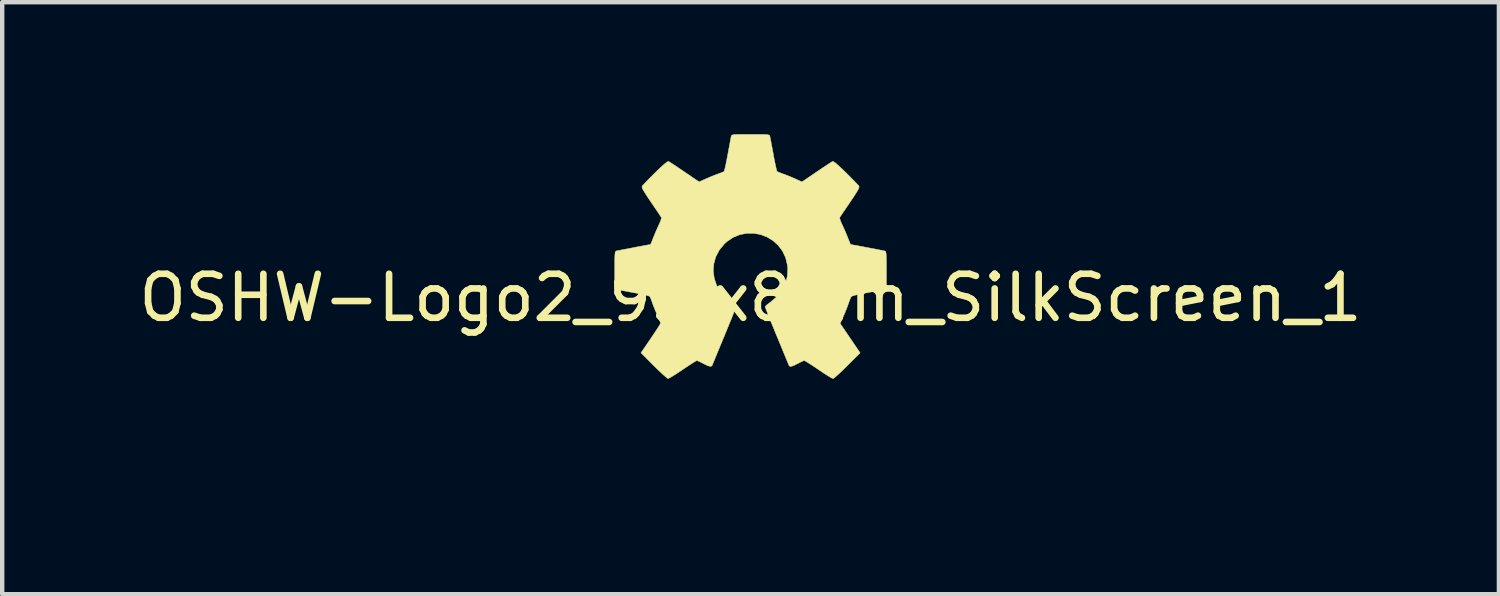
<source format=kicad_pcb>
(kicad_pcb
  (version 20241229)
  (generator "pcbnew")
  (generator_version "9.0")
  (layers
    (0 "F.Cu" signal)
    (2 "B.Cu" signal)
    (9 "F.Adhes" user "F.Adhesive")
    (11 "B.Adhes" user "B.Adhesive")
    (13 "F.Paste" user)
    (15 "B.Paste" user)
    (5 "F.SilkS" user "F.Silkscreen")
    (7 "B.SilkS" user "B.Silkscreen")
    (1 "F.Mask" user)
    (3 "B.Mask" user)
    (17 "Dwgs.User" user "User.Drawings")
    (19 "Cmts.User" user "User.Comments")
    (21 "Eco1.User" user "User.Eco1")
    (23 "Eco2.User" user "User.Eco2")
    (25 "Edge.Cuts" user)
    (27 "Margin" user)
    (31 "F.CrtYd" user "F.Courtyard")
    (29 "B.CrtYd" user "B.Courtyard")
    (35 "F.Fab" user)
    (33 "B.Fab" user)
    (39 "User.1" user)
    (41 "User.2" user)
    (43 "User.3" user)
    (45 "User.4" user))
  (footprint "OSHW-Logo2_9.8x8mm_SilkScreen_1"
    (layer "F.Cu")
    (at 14.006 3.717)
    (property "Reference" "OSHW-Logo2_9.8x8mm_SilkScreen_1" (at 0 0 0) (layer "F.SilkS") (effects (font (size 1 1) (thickness 0.15))))
    (attr exclude_from_pos_files exclude_from_bom)
    (fp_poly (pts (xy 3.571 2.637) (xy 3.594 2.647) (xy 3.65 2.691) (xy 3.698 2.755) (xy 3.727 2.823) (xy 3.732 2.857) (xy 3.716 2.904) (xy 3.68 2.928) (xy 3.643 2.943) (xy 3.625 2.946) (xy 3.617 2.926) (xy 3.6 2.882) (xy 3.593 2.863) (xy 3.552 2.794) (xy 3.493 2.76) (xy 3.417 2.761) (xy 3.411 2.763) (xy 3.37 2.782) (xy 3.34 2.819) (xy 3.32 2.88) (xy 3.308 2.968) (xy 3.303 3.088) (xy 3.302 3.152) (xy 3.302 3.252) (xy 3.3 3.321) (xy 3.296 3.365) (xy 3.287 3.39) (xy 3.274 3.405) (xy 3.253 3.416) (xy 3.252 3.416) (xy 3.213 3.433) (xy 3.194 3.439) (xy 3.191 3.42) (xy 3.188 3.369) (xy 3.186 3.292) (xy 3.185 3.196) (xy 3.185 3.125) (xy 3.186 2.989) (xy 3.19 2.885) (xy 3.2 2.808) (xy 3.216 2.752) (xy 3.24 2.711) (xy 3.274 2.679) (xy 3.308 2.656) (xy 3.388 2.626) (xy 3.482 2.62) (xy 3.571 2.637)) (stroke (width 0.01) (type solid)) (fill yes) (layer "F.Mask"))
    (fp_poly (pts (xy -1.728 2.595) (xy -1.666 2.631) (xy -1.622 2.667) (xy -1.59 2.705) (xy -1.568 2.751) (xy -1.554 2.812) (xy -1.547 2.895) (xy -1.544 3.007) (xy -1.544 3.087) (xy -1.544 3.382) (xy -1.71 3.457) (xy -1.719 3.133) (xy -1.723 3.013) (xy -1.728 2.925) (xy -1.733 2.865) (xy -1.74 2.825) (xy -1.75 2.801) (xy -1.763 2.786) (xy -1.767 2.783) (xy -1.831 2.757) (xy -1.896 2.767) (xy -1.934 2.794) (xy -1.95 2.813) (xy -1.961 2.838) (xy -1.968 2.876) (xy -1.972 2.934) (xy -1.973 3.018) (xy -1.973 3.106) (xy -1.973 3.216) (xy -1.975 3.294) (xy -1.982 3.347) (xy -1.995 3.381) (xy -2.018 3.404) (xy -2.053 3.421) (xy -2.1 3.439) (xy -2.152 3.458) (xy -2.146 3.111) (xy -2.143 2.986) (xy -2.14 2.894) (xy -2.136 2.828) (xy -2.13 2.781) (xy -2.121 2.748) (xy -2.108 2.722) (xy -2.092 2.699) (xy -2.018 2.625) (xy -1.926 2.582) (xy -1.827 2.571) (xy -1.728 2.595)) (stroke (width 0.01) (type solid)) (fill yes) (layer "F.Mask"))
    (fp_poly (pts (xy 0.713 2.625) (xy 0.802 2.657) (xy 0.874 2.715) (xy 0.902 2.756) (xy 0.933 2.831) (xy 0.932 2.885) (xy 0.9 2.921) (xy 0.888 2.928) (xy 0.837 2.947) (xy 0.81 2.942) (xy 0.802 2.91) (xy 0.801 2.892) (xy 0.785 2.826) (xy 0.742 2.78) (xy 0.683 2.758) (xy 0.617 2.763) (xy 0.564 2.792) (xy 0.546 2.809) (xy 0.533 2.829) (xy 0.524 2.859) (xy 0.519 2.907) (xy 0.515 2.978) (xy 0.512 3.08) (xy 0.511 3.112) (xy 0.509 3.222) (xy 0.506 3.3) (xy 0.501 3.351) (xy 0.494 3.383) (xy 0.483 3.401) (xy 0.467 3.412) (xy 0.457 3.417) (xy 0.413 3.433) (xy 0.388 3.439) (xy 0.379 3.421) (xy 0.374 3.365) (xy 0.372 3.272) (xy 0.374 3.141) (xy 0.374 3.121) (xy 0.377 3.002) (xy 0.381 2.914) (xy 0.386 2.853) (xy 0.393 2.809) (xy 0.404 2.778) (xy 0.419 2.751) (xy 0.427 2.74) (xy 0.472 2.69) (xy 0.522 2.651) (xy 0.528 2.647) (xy 0.618 2.62) (xy 0.713 2.625)) (stroke (width 0.01) (type solid)) (fill yes) (layer "F.Mask"))
    (fp_poly (pts (xy -0.84 2.492) (xy -0.834 2.572) (xy -0.828 2.619) (xy -0.819 2.64) (xy -0.805 2.64) (xy -0.801 2.637) (xy -0.744 2.62) (xy -0.669 2.621) (xy -0.593 2.639) (xy -0.545 2.663) (xy -0.496 2.7) (xy -0.461 2.743) (xy -0.436 2.797) (xy -0.421 2.869) (xy -0.413 2.966) (xy -0.41 3.095) (xy -0.41 3.119) (xy -0.41 3.396) (xy -0.472 3.417) (xy -0.516 3.432) (xy -0.54 3.439) (xy -0.54 3.439) (xy -0.543 3.42) (xy -0.545 3.37) (xy -0.546 3.293) (xy -0.547 3.197) (xy -0.547 3.139) (xy -0.547 3.025) (xy -0.549 2.943) (xy -0.552 2.886) (xy -0.558 2.849) (xy -0.568 2.825) (xy -0.583 2.806) (xy -0.592 2.797) (xy -0.655 2.761) (xy -0.724 2.759) (xy -0.786 2.789) (xy -0.798 2.8) (xy -0.815 2.821) (xy -0.826 2.845) (xy -0.834 2.881) (xy -0.838 2.934) (xy -0.84 3.012) (xy -0.84 3.121) (xy -0.84 3.396) (xy -0.902 3.417) (xy -0.945 3.432) (xy -0.969 3.439) (xy -0.97 3.439) (xy -0.972 3.42) (xy -0.974 3.367) (xy -0.975 3.286) (xy -0.976 3.18) (xy -0.977 3.055) (xy -0.977 2.916) (xy -0.977 2.382) (xy -0.85 2.328) (xy -0.84 2.492)) (stroke (width 0.01) (type solid)) (fill yes) (layer "F.Mask"))
    (fp_poly (pts (xy 2.396 2.637) (xy 2.399 2.688) (xy 2.401 2.766) (xy 2.403 2.865) (xy 2.403 2.968) (xy 2.403 3.319) (xy 2.341 3.38) (xy 2.299 3.418) (xy 2.261 3.434) (xy 2.21 3.433) (xy 2.19 3.43) (xy 2.127 3.423) (xy 2.074 3.419) (xy 2.061 3.419) (xy 2.018 3.421) (xy 1.957 3.427) (xy 1.933 3.43) (xy 1.874 3.435) (xy 1.834 3.425) (xy 1.795 3.394) (xy 1.781 3.38) (xy 1.719 3.319) (xy 1.719 2.664) (xy 1.769 2.641) (xy 1.812 2.624) (xy 1.837 2.618) (xy 1.844 2.637) (xy 1.85 2.689) (xy 1.855 2.768) (xy 1.859 2.87) (xy 1.861 2.955) (xy 1.866 3.292) (xy 1.913 3.299) (xy 1.955 3.294) (xy 1.976 3.279) (xy 1.982 3.251) (xy 1.987 3.192) (xy 1.99 3.108) (xy 1.992 3.009) (xy 1.993 2.957) (xy 1.993 2.661) (xy 2.054 2.64) (xy 2.098 2.625) (xy 2.122 2.618) (xy 2.122 2.618) (xy 2.125 2.637) (xy 2.127 2.688) (xy 2.13 2.766) (xy 2.132 2.864) (xy 2.134 2.955) (xy 2.139 3.292) (xy 2.257 3.292) (xy 2.262 2.985) (xy 2.267 2.677) (xy 2.325 2.648) (xy 2.367 2.627) (xy 2.392 2.618) (xy 2.392 2.618) (xy 2.396 2.637)) (stroke (width 0.01) (type solid)) (fill yes) (layer "F.Mask"))
    (fp_poly (pts (xy -3.983 2.587) (xy -3.892 2.635) (xy -3.824 2.713) (xy -3.8 2.763) (xy -3.781 2.838) (xy -3.772 2.932) (xy -3.771 3.035) (xy -3.778 3.136) (xy -3.793 3.223) (xy -3.815 3.286) (xy -3.822 3.297) (xy -3.903 3.377) (xy -4 3.425) (xy -4.104 3.439) (xy -4.21 3.418) (xy -4.239 3.405) (xy -4.297 3.364) (xy -4.347 3.311) (xy -4.352 3.304) (xy -4.371 3.271) (xy -4.384 3.236) (xy -4.391 3.19) (xy -4.395 3.125) (xy -4.396 3.03) (xy -4.396 3.009) (xy -4.396 3.002) (xy -4.201 3.002) (xy -4.2 3.091) (xy -4.195 3.151) (xy -4.186 3.189) (xy -4.17 3.215) (xy -4.162 3.224) (xy -4.115 3.257) (xy -4.07 3.256) (xy -4.024 3.227) (xy -3.996 3.196) (xy -3.98 3.151) (xy -3.971 3.079) (xy -3.97 3.071) (xy -3.969 2.942) (xy -3.985 2.846) (xy -4.019 2.784) (xy -4.07 2.756) (xy -4.088 2.755) (xy -4.136 2.763) (xy -4.169 2.789) (xy -4.189 2.839) (xy -4.199 2.919) (xy -4.201 3.002) (xy -4.396 3.002) (xy -4.395 2.908) (xy -4.392 2.838) (xy -4.386 2.789) (xy -4.374 2.753) (xy -4.356 2.722) (xy -4.352 2.716) (xy -4.286 2.636) (xy -4.213 2.59) (xy -4.125 2.572) (xy -4.095 2.571) (xy -3.983 2.587)) (stroke (width 0.01) (type solid)) (fill yes) (layer "F.Mask"))
    (fp_poly (pts (xy 4.245 2.648) (xy 4.323 2.698) (xy 4.36 2.744) (xy 4.389 2.826) (xy 4.392 2.891) (xy 4.386 2.977) (xy 4.186 3.065) (xy 4.089 3.11) (xy 4.025 3.146) (xy 3.992 3.177) (xy 3.986 3.207) (xy 4.005 3.241) (xy 4.025 3.263) (xy 4.084 3.298) (xy 4.148 3.301) (xy 4.207 3.273) (xy 4.25 3.218) (xy 4.258 3.199) (xy 4.295 3.138) (xy 4.338 3.113) (xy 4.396 3.09) (xy 4.396 3.174) (xy 4.391 3.231) (xy 4.371 3.279) (xy 4.328 3.334) (xy 4.322 3.342) (xy 4.275 3.391) (xy 4.234 3.417) (xy 4.183 3.429) (xy 4.141 3.433) (xy 4.066 3.434) (xy 4.012 3.421) (xy 3.979 3.403) (xy 3.926 3.362) (xy 3.89 3.318) (xy 3.867 3.262) (xy 3.854 3.187) (xy 3.85 3.084) (xy 3.849 3.032) (xy 3.851 2.97) (xy 3.968 2.97) (xy 3.97 3.003) (xy 3.973 3.009) (xy 3.996 3.001) (xy 4.044 2.982) (xy 4.109 2.954) (xy 4.122 2.948) (xy 4.204 2.906) (xy 4.249 2.87) (xy 4.259 2.835) (xy 4.236 2.801) (xy 4.216 2.785) (xy 4.145 2.755) (xy 4.079 2.76) (xy 4.024 2.797) (xy 3.986 2.863) (xy 3.973 2.916) (xy 3.968 2.97) (xy 3.851 2.97) (xy 3.852 2.911) (xy 3.861 2.821) (xy 3.879 2.755) (xy 3.909 2.707) (xy 3.953 2.669) (xy 3.972 2.656) (xy 4.059 2.624) (xy 4.154 2.622) (xy 4.245 2.648)) (stroke (width 0.01) (type solid)) (fill yes) (layer "F.Mask"))
    (fp_poly (pts (xy 1.602 2.78) (xy 1.602 2.926) (xy 1.601 3.039) (xy 1.599 3.123) (xy 1.595 3.184) (xy 1.59 3.227) (xy 1.582 3.259) (xy 1.571 3.283) (xy 1.563 3.297) (xy 1.497 3.373) (xy 1.412 3.421) (xy 1.319 3.438) (xy 1.226 3.423) (xy 1.17 3.394) (xy 1.112 3.346) (xy 1.072 3.286) (xy 1.048 3.209) (xy 1.037 3.105) (xy 1.036 3.028) (xy 1.036 3.023) (xy 1.172 3.023) (xy 1.173 3.11) (xy 1.177 3.168) (xy 1.186 3.206) (xy 1.201 3.233) (xy 1.22 3.254) (xy 1.283 3.294) (xy 1.351 3.297) (xy 1.415 3.264) (xy 1.42 3.26) (xy 1.441 3.236) (xy 1.455 3.208) (xy 1.462 3.167) (xy 1.465 3.102) (xy 1.465 3.031) (xy 1.464 2.942) (xy 1.46 2.882) (xy 1.451 2.843) (xy 1.436 2.815) (xy 1.423 2.8) (xy 1.364 2.763) (xy 1.295 2.758) (xy 1.23 2.787) (xy 1.218 2.797) (xy 1.196 2.821) (xy 1.183 2.849) (xy 1.176 2.891) (xy 1.173 2.956) (xy 1.172 3.023) (xy 1.036 3.023) (xy 1.04 2.906) (xy 1.056 2.814) (xy 1.087 2.744) (xy 1.134 2.69) (xy 1.17 2.663) (xy 1.237 2.633) (xy 1.314 2.619) (xy 1.386 2.622) (xy 1.426 2.637) (xy 1.442 2.642) (xy 1.453 2.626) (xy 1.46 2.583) (xy 1.465 2.518) (xy 1.471 2.446) (xy 1.48 2.402) (xy 1.495 2.377) (xy 1.522 2.361) (xy 1.539 2.354) (xy 1.602 2.327) (xy 1.602 2.78)) (stroke (width 0.01) (type solid)) (fill yes) (layer "F.Mask"))
    (fp_poly (pts (xy -2.466 2.6) (xy -2.389 2.652) (xy -2.329 2.726) (xy -2.294 2.822) (xy -2.286 2.892) (xy -2.287 2.921) (xy -2.294 2.943) (xy -2.313 2.963) (xy -2.35 2.986) (xy -2.41 3.015) (xy -2.5 3.055) (xy -2.501 3.055) (xy -2.584 3.093) (xy -2.652 3.127) (xy -2.698 3.153) (xy -2.716 3.167) (xy -2.716 3.167) (xy -2.701 3.199) (xy -2.665 3.233) (xy -2.624 3.258) (xy -2.603 3.263) (xy -2.546 3.246) (xy -2.497 3.203) (xy -2.474 3.156) (xy -2.451 3.122) (xy -2.406 3.082) (xy -2.353 3.048) (xy -2.306 3.029) (xy -2.297 3.028) (xy -2.286 3.045) (xy -2.285 3.088) (xy -2.293 3.146) (xy -2.308 3.207) (xy -2.329 3.261) (xy -2.33 3.264) (xy -2.392 3.351) (xy -2.473 3.41) (xy -2.565 3.439) (xy -2.66 3.436) (xy -2.752 3.397) (xy -2.756 3.395) (xy -2.828 3.33) (xy -2.875 3.245) (xy -2.901 3.133) (xy -2.905 3.102) (xy -2.911 2.954) (xy -2.903 2.884) (xy -2.716 2.884) (xy -2.713 2.928) (xy -2.7 2.94) (xy -2.667 2.931) (xy -2.615 2.908) (xy -2.556 2.881) (xy -2.555 2.88) (xy -2.505 2.854) (xy -2.485 2.836) (xy -2.49 2.818) (xy -2.511 2.794) (xy -2.563 2.759) (xy -2.62 2.757) (xy -2.671 2.782) (xy -2.706 2.831) (xy -2.716 2.884) (xy -2.903 2.884) (xy -2.898 2.835) (xy -2.865 2.741) (xy -2.82 2.675) (xy -2.737 2.609) (xy -2.646 2.576) (xy -2.554 2.574) (xy -2.466 2.6)) (stroke (width 0.01) (type solid)) (fill yes) (layer "F.Mask"))
    (fp_poly (pts (xy 0.054 2.626) (xy 0.13 2.655) (xy 0.131 2.655) (xy 0.178 2.69) (xy 0.213 2.731) (xy 0.238 2.784) (xy 0.254 2.856) (xy 0.264 2.953) (xy 0.27 3.082) (xy 0.27 3.1) (xy 0.277 3.377) (xy 0.218 3.408) (xy 0.175 3.429) (xy 0.149 3.439) (xy 0.148 3.439) (xy 0.143 3.421) (xy 0.139 3.372) (xy 0.137 3.3) (xy 0.137 3.242) (xy 0.137 3.148) (xy 0.132 3.089) (xy 0.118 3.061) (xy 0.085 3.06) (xy 0.03 3.081) (xy -0.054 3.12) (xy -0.115 3.153) (xy -0.147 3.181) (xy -0.156 3.212) (xy -0.156 3.213) (xy -0.141 3.266) (xy -0.095 3.295) (xy -0.026 3.299) (xy 0.024 3.298) (xy 0.051 3.313) (xy 0.067 3.347) (xy 0.077 3.391) (xy 0.063 3.416) (xy 0.058 3.42) (xy 0.009 3.434) (xy -0.058 3.437) (xy -0.128 3.427) (xy -0.178 3.41) (xy -0.246 3.351) (xy -0.285 3.27) (xy -0.293 3.207) (xy -0.287 3.15) (xy -0.266 3.104) (xy -0.224 3.062) (xy -0.155 3.021) (xy -0.055 2.974) (xy -0.049 2.971) (xy 0.041 2.93) (xy 0.097 2.895) (xy 0.121 2.865) (xy 0.116 2.833) (xy 0.084 2.797) (xy 0.075 2.789) (xy 0.012 2.757) (xy -0.054 2.758) (xy -0.111 2.79) (xy -0.149 2.848) (xy -0.152 2.859) (xy -0.187 2.915) (xy -0.23 2.942) (xy -0.293 2.968) (xy -0.293 2.9) (xy -0.274 2.8) (xy -0.217 2.709) (xy -0.188 2.678) (xy -0.12 2.639) (xy -0.035 2.622) (xy 0.054 2.626)) (stroke (width 0.01) (type solid)) (fill yes) (layer "F.Mask"))
    (fp_poly (pts (xy -3.231 2.585) (xy -3.156 2.622) (xy -3.091 2.69) (xy -3.072 2.716) (xy -3.053 2.749) (xy -3.04 2.785) (xy -3.032 2.833) (xy -3.029 2.903) (xy -3.028 2.994) (xy -3.032 3.12) (xy -3.043 3.214) (xy -3.065 3.285) (xy -3.1 3.338) (xy -3.149 3.383) (xy -3.153 3.385) (xy -3.202 3.412) (xy -3.261 3.426) (xy -3.336 3.429) (xy -3.458 3.429) (xy -3.458 3.547) (xy -3.459 3.613) (xy -3.466 3.652) (xy -3.484 3.675) (xy -3.519 3.695) (xy -3.527 3.699) (xy -3.566 3.718) (xy -3.596 3.729) (xy -3.619 3.73) (xy -3.635 3.717) (xy -3.645 3.685) (xy -3.65 3.63) (xy -3.652 3.549) (xy -3.652 3.437) (xy -3.65 3.292) (xy -3.65 3.248) (xy -3.648 3.098) (xy -3.646 3) (xy -3.458 3) (xy -3.457 3.083) (xy -3.453 3.138) (xy -3.442 3.174) (xy -3.423 3.201) (xy -3.41 3.215) (xy -3.358 3.254) (xy -3.312 3.258) (xy -3.264 3.225) (xy -3.263 3.224) (xy -3.244 3.199) (xy -3.232 3.164) (xy -3.226 3.112) (xy -3.224 3.031) (xy -3.224 3.013) (xy -3.228 2.902) (xy -3.243 2.825) (xy -3.269 2.778) (xy -3.309 2.757) (xy -3.332 2.755) (xy -3.387 2.765) (xy -3.425 2.798) (xy -3.447 2.858) (xy -3.457 2.95) (xy -3.458 3) (xy -3.646 3) (xy -3.646 2.982) (xy -3.643 2.895) (xy -3.639 2.831) (xy -3.634 2.786) (xy -3.627 2.754) (xy -3.617 2.73) (xy -3.604 2.709) (xy -3.598 2.701) (xy -3.525 2.627) (xy -3.432 2.584) (xy -3.325 2.573) (xy -3.231 2.585)) (stroke (width 0.01) (type solid)) (fill yes) (layer "F.Mask"))
    (fp_poly (pts (xy 2.887 2.634) (xy 2.944 2.659) (xy 2.988 2.69) (xy 3.02 2.725) (xy 3.042 2.77) (xy 3.057 2.831) (xy 3.064 2.915) (xy 3.067 3.028) (xy 3.068 3.103) (xy 3.068 3.393) (xy 3.018 3.416) (xy 2.979 3.433) (xy 2.959 3.439) (xy 2.955 3.421) (xy 2.952 3.372) (xy 2.951 3.3) (xy 2.95 3.243) (xy 2.949 3.161) (xy 2.944 3.096) (xy 2.938 3.056) (xy 2.933 3.048) (xy 2.898 3.057) (xy 2.844 3.079) (xy 2.781 3.109) (xy 2.72 3.141) (xy 2.674 3.17) (xy 2.652 3.19) (xy 2.652 3.19) (xy 2.654 3.227) (xy 2.671 3.262) (xy 2.7 3.291) (xy 2.743 3.3) (xy 2.78 3.299) (xy 2.832 3.298) (xy 2.859 3.31) (xy 2.876 3.343) (xy 2.878 3.349) (xy 2.885 3.395) (xy 2.866 3.423) (xy 2.816 3.436) (xy 2.763 3.438) (xy 2.666 3.42) (xy 2.616 3.394) (xy 2.554 3.333) (xy 2.522 3.258) (xy 2.519 3.178) (xy 2.546 3.104) (xy 2.588 3.058) (xy 2.63 3.032) (xy 2.695 2.999) (xy 2.771 2.966) (xy 2.784 2.96) (xy 2.867 2.924) (xy 2.916 2.891) (xy 2.931 2.859) (xy 2.917 2.822) (xy 2.892 2.794) (xy 2.833 2.759) (xy 2.768 2.756) (xy 2.709 2.783) (xy 2.666 2.837) (xy 2.661 2.851) (xy 2.628 2.902) (xy 2.581 2.94) (xy 2.52 2.971) (xy 2.52 2.883) (xy 2.524 2.829) (xy 2.539 2.787) (xy 2.573 2.741) (xy 2.605 2.706) (xy 2.655 2.657) (xy 2.694 2.631) (xy 2.736 2.62) (xy 2.783 2.618) (xy 2.887 2.634)) (stroke (width 0.01) (type solid)) (fill yes) (layer "F.Mask"))
    (fp_poly (pts (xy 0.14 -3.712) (xy 0.246 -3.712) (xy 0.322 -3.71) (xy 0.374 -3.707) (xy 0.407 -3.702) (xy 0.426 -3.695) (xy 0.435 -3.684) (xy 0.439 -3.67) (xy 0.44 -3.668) (xy 0.446 -3.636) (xy 0.459 -3.572) (xy 0.476 -3.483) (xy 0.496 -3.376) (xy 0.518 -3.258) (xy 0.518 -3.254) (xy 0.54 -3.138) (xy 0.561 -3.036) (xy 0.579 -2.953) (xy 0.592 -2.897) (xy 0.601 -2.872) (xy 0.601 -2.871) (xy 0.626 -2.859) (xy 0.676 -2.839) (xy 0.742 -2.814) (xy 0.742 -2.814) (xy 0.825 -2.783) (xy 0.923 -2.744) (xy 1.015 -2.704) (xy 1.019 -2.702) (xy 1.169 -2.634) (xy 1.501 -2.86) (xy 1.603 -2.929) (xy 1.696 -2.991) (xy 1.773 -3.042) (xy 1.83 -3.079) (xy 1.861 -3.098) (xy 1.864 -3.099) (xy 1.887 -3.093) (xy 1.93 -3.063) (xy 1.994 -3.008) (xy 2.081 -2.927) (xy 2.171 -2.84) (xy 2.256 -2.755) (xy 2.333 -2.677) (xy 2.397 -2.611) (xy 2.442 -2.563) (xy 2.464 -2.536) (xy 2.464 -2.535) (xy 2.467 -2.517) (xy 2.458 -2.487) (xy 2.435 -2.441) (xy 2.395 -2.376) (xy 2.338 -2.288) (xy 2.261 -2.173) (xy 2.193 -2.073) (xy 2.132 -1.983) (xy 2.081 -1.908) (xy 2.045 -1.854) (xy 2.027 -1.827) (xy 2.026 -1.825) (xy 2.028 -1.798) (xy 2.045 -1.747) (xy 2.073 -1.68) (xy 2.083 -1.659) (xy 2.127 -1.564) (xy 2.173 -1.456) (xy 2.211 -1.363) (xy 2.238 -1.294) (xy 2.26 -1.241) (xy 2.272 -1.214) (xy 2.274 -1.211) (xy 2.297 -1.208) (xy 2.351 -1.198) (xy 2.429 -1.184) (xy 2.524 -1.166) (xy 2.628 -1.146) (xy 2.735 -1.126) (xy 2.837 -1.107) (xy 2.927 -1.089) (xy 2.998 -1.075) (xy 3.042 -1.066) (xy 3.053 -1.063) (xy 3.064 -1.057) (xy 3.073 -1.042) (xy 3.079 -1.015) (xy 3.083 -0.97) (xy 3.085 -0.902) (xy 3.087 -0.806) (xy 3.087 -0.678) (xy 3.087 -0.625) (xy 3.087 -0.198) (xy 2.985 -0.178) (xy 2.927 -0.167) (xy 2.842 -0.151) (xy 2.739 -0.132) (xy 2.629 -0.111) (xy 2.599 -0.106) (xy 2.497 -0.086) (xy 2.408 -0.067) (xy 2.34 -0.049) (xy 2.3 -0.036) (xy 2.293 -0.032) (xy 2.277 -0.004) (xy 2.253 0.051) (xy 2.227 0.122) (xy 2.222 0.137) (xy 2.188 0.231) (xy 2.146 0.337) (xy 2.104 0.432) (xy 2.104 0.433) (xy 2.035 0.583) (xy 2.49 1.252) (xy 2.197 1.544) (xy 2.109 1.631) (xy 2.029 1.708) (xy 1.96 1.77) (xy 1.909 1.814) (xy 1.879 1.835) (xy 1.874 1.837) (xy 1.849 1.826) (xy 1.797 1.797) (xy 1.725 1.752) (xy 1.637 1.695) (xy 1.543 1.631) (xy 1.447 1.567) (xy 1.361 1.51) (xy 1.291 1.466) (xy 1.242 1.437) (xy 1.221 1.426) (xy 1.194 1.435) (xy 1.144 1.458) (xy 1.08 1.491) (xy 1.074 1.494) (xy 0.988 1.537) (xy 0.929 1.558) (xy 0.893 1.559) (xy 0.874 1.539) (xy 0.874 1.539) (xy 0.864 1.515) (xy 0.841 1.46) (xy 0.807 1.378) (xy 0.763 1.272) (xy 0.712 1.147) (xy 0.654 1.007) (xy 0.598 0.872) (xy 0.536 0.722) (xy 0.48 0.584) (xy 0.43 0.461) (xy 0.389 0.357) (xy 0.358 0.277) (xy 0.338 0.225) (xy 0.332 0.206) (xy 0.347 0.183) (xy 0.386 0.148) (xy 0.439 0.109) (xy 0.588 -0.015) (xy 0.705 -0.156) (xy 0.787 -0.313) (xy 0.834 -0.482) (xy 0.845 -0.66) (xy 0.837 -0.742) (xy 0.796 -0.913) (xy 0.724 -1.064) (xy 0.627 -1.193) (xy 0.509 -1.299) (xy 0.374 -1.381) (xy 0.227 -1.437) (xy 0.072 -1.465) (xy -0.087 -1.465) (xy -0.244 -1.435) (xy -0.396 -1.372) (xy -0.538 -1.277) (xy -0.597 -1.222) (xy -0.711 -1.083) (xy -0.79 -0.932) (xy -0.835 -0.771) (xy -0.847 -0.607) (xy -0.825 -0.443) (xy -0.772 -0.284) (xy -0.686 -0.134) (xy -0.569 0.002) (xy -0.439 0.109) (xy -0.384 0.15) (xy -0.346 0.185) (xy -0.332 0.206) (xy -0.339 0.229) (xy -0.36 0.283) (xy -0.392 0.366) (xy -0.434 0.471) (xy -0.485 0.596) (xy -0.542 0.736) (xy -0.598 0.872) (xy -0.66 1.021) (xy -0.717 1.16) (xy -0.768 1.283) (xy -0.811 1.387) (xy -0.844 1.467) (xy -0.866 1.519) (xy -0.874 1.539) (xy -0.893 1.558) (xy -0.929 1.558) (xy -0.988 1.537) (xy -1.073 1.495) (xy -1.074 1.494) (xy -1.138 1.461) (xy -1.19 1.437) (xy -1.219 1.426) (xy -1.221 1.426) (xy -1.243 1.437) (xy -1.292 1.466) (xy -1.362 1.511) (xy -1.447 1.567) (xy -1.543 1.631) (xy -1.639 1.696) (xy -1.727 1.753) (xy -1.799 1.797) (xy -1.85 1.826) (xy -1.874 1.837) (xy -1.897 1.823) (xy -1.942 1.786) (xy -2.006 1.729) (xy -2.083 1.656) (xy -2.169 1.572) (xy -2.198 1.544) (xy -2.49 1.251) (xy -2.267 0.925) (xy -2.2 0.825) (xy -2.14 0.735) (xy -2.093 0.661) (xy -2.06 0.607) (xy -2.045 0.579) (xy -2.045 0.577) (xy -2.053 0.551) (xy -2.073 0.498) (xy -2.103 0.427) (xy -2.124 0.38) (xy -2.164 0.29) (xy -2.201 0.198) (xy -2.23 0.121) (xy -2.237 0.098) (xy -2.26 0.035) (xy -2.281 -0.014) (xy -2.293 -0.032) (xy -2.319 -0.043) (xy -2.377 -0.059) (xy -2.458 -0.078) (xy -2.555 -0.098) (xy -2.599 -0.106) (xy -2.709 -0.126) (xy -2.815 -0.146) (xy -2.906 -0.163) (xy -2.972 -0.175) (xy -2.985 -0.178) (xy -3.087 -0.198) (xy -3.087 -0.625) (xy -3.087 -0.766) (xy -3.086 -0.872) (xy -3.084 -0.949) (xy -3.08 -1.002) (xy -3.075 -1.035) (xy -3.067 -1.053) (xy -3.057 -1.062) (xy -3.053 -1.063) (xy -3.028 -1.069) (xy -2.972 -1.08) (xy -2.892 -1.096) (xy -2.796 -1.114) (xy -2.691 -1.134) (xy -2.585 -1.155) (xy -2.483 -1.174) (xy -2.395 -1.19) (xy -2.325 -1.203) (xy -2.283 -1.21) (xy -2.274 -1.211) (xy -2.265 -1.228) (xy -2.246 -1.273) (xy -2.221 -1.338) (xy -2.211 -1.363) (xy -2.171 -1.46) (xy -2.125 -1.568) (xy -2.083 -1.659) (xy -2.052 -1.728) (xy -2.032 -1.785) (xy -2.025 -1.82) (xy -2.026 -1.825) (xy -2.041 -1.847) (xy -2.074 -1.896) (xy -2.121 -1.967) (xy -2.181 -2.055) (xy -2.248 -2.154) (xy -2.261 -2.173) (xy -2.339 -2.289) (xy -2.396 -2.377) (xy -2.435 -2.442) (xy -2.458 -2.487) (xy -2.467 -2.516) (xy -2.465 -2.535) (xy -2.464 -2.535) (xy -2.445 -2.559) (xy -2.402 -2.605) (xy -2.341 -2.669) (xy -2.265 -2.746) (xy -2.18 -2.831) (xy -2.171 -2.84) (xy -2.063 -2.944) (xy -1.98 -3.02) (xy -1.92 -3.07) (xy -1.882 -3.096) (xy -1.864 -3.099) (xy -1.84 -3.085) (xy -1.788 -3.052) (xy -1.714 -3.004) (xy -1.625 -2.944) (xy -1.525 -2.876) (xy -1.501 -2.86) (xy -1.169 -2.634) (xy -1.019 -2.702) (xy -0.928 -2.741) (xy -0.83 -2.781) (xy -0.746 -2.813) (xy -0.742 -2.814) (xy -0.677 -2.838) (xy -0.626 -2.859) (xy -0.601 -2.871) (xy -0.601 -2.871) (xy -0.593 -2.893) (xy -0.58 -2.948) (xy -0.562 -3.029) (xy -0.542 -3.129) (xy -0.52 -3.244) (xy -0.518 -3.254) (xy -0.496 -3.372) (xy -0.476 -3.479) (xy -0.459 -3.569) (xy -0.447 -3.634) (xy -0.44 -3.668) (xy -0.44 -3.668) (xy -0.435 -3.683) (xy -0.427 -3.693) (xy -0.41 -3.701) (xy -0.379 -3.707) (xy -0.329 -3.71) (xy -0.256 -3.712) (xy -0.153 -3.712) (xy -0.018 -3.712) (xy 0 -3.712) (xy 0.14 -3.712)) (stroke (width 0.01) (type solid)) (fill yes) (layer "F.SilkS")))
  (gr_rect
    (start -3 -3)
    (end 31.012 10.453)
    (stroke (width 0.1) (type default))
    (fill no)
    (layer "Edge.Cuts")))
</source>
